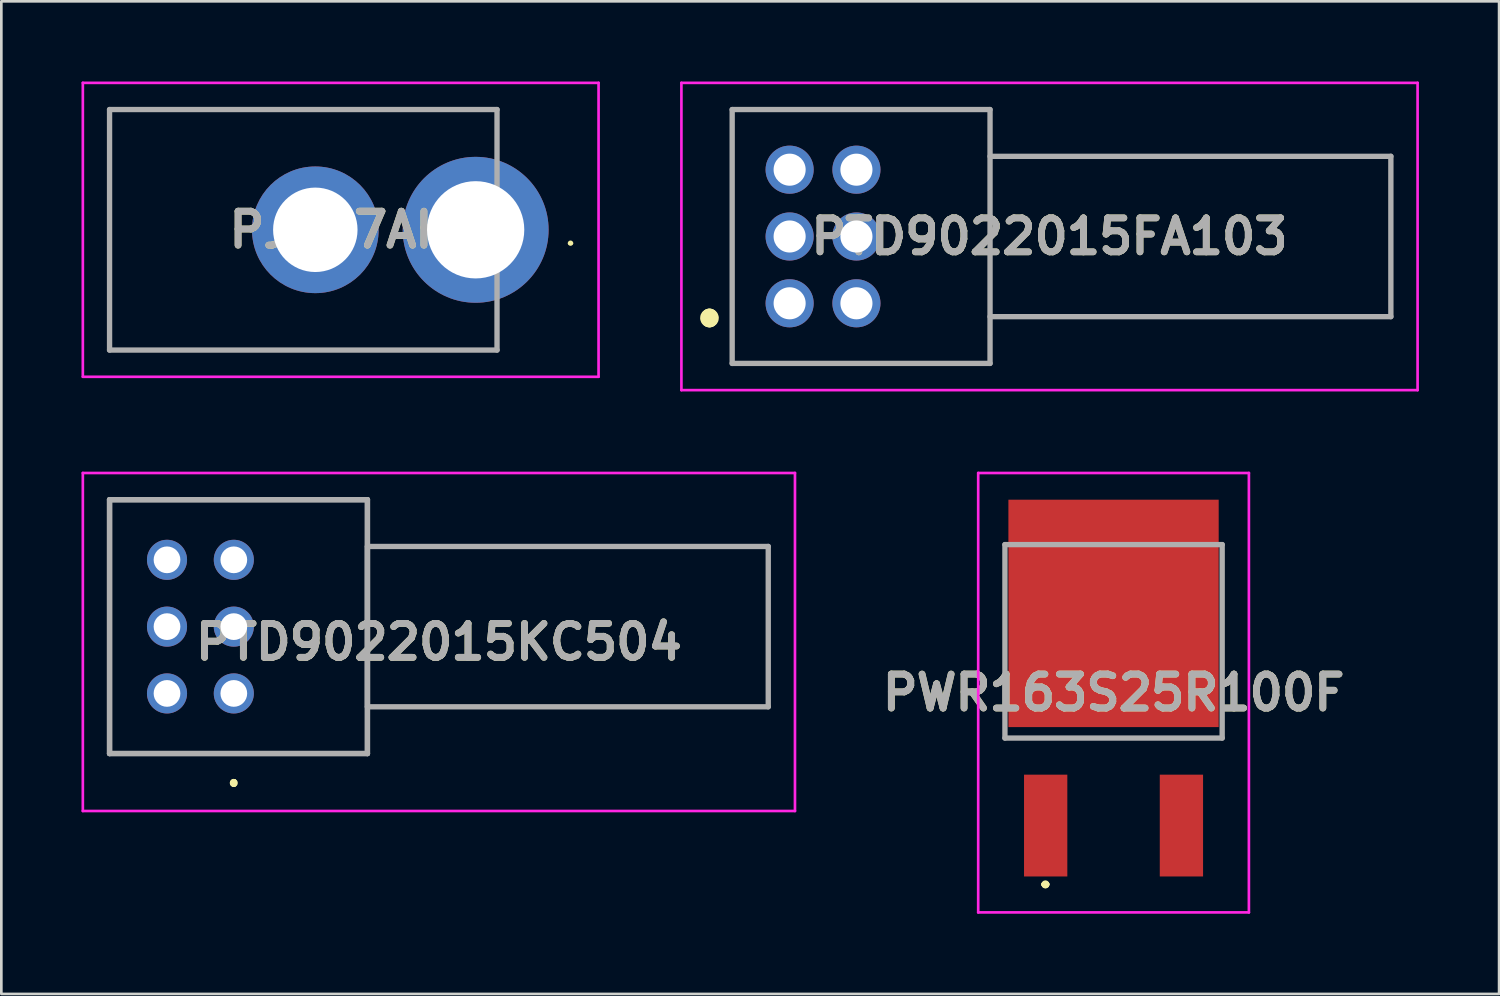
<source format=kicad_pcb>
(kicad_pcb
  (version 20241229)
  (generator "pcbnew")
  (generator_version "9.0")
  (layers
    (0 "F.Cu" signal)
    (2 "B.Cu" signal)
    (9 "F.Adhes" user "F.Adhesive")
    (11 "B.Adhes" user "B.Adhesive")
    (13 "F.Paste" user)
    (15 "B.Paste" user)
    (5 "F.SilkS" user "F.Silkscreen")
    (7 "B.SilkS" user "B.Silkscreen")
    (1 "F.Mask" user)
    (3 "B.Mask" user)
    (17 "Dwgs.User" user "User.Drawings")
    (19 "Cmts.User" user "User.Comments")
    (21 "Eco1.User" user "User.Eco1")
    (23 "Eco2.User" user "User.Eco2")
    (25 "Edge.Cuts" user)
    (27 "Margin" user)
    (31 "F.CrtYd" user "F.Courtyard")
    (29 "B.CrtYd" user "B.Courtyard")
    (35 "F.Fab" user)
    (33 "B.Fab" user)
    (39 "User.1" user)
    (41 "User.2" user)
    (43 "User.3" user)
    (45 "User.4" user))
  (footprint "PTD9022015KC504"
    (layer "F.Cu")
    (at 5.7 22.9)
    (property "Reference" "PTD9022015KC504" (at 7.675 -1.925 0) (layer "F.SilkS") (effects (font (size 1.27 1.27) (thickness 0.254))))
    (attr through_hole)
    (fp_line (start -4.65 -7.25) (end 5 -7.25) (stroke (width 0.1) (type solid)) (layer "F.SilkS"))
    (fp_line (start -4.65 2.25) (end -4.65 -7.25) (stroke (width 0.1) (type solid)) (layer "F.SilkS"))
    (fp_line (start 0 3.3) (end 0 3.3) (stroke (width 0.2) (type solid)) (layer "F.SilkS"))
    (fp_line (start 0 3.3) (end 0 3.3) (stroke (width 0.2) (type solid)) (layer "F.SilkS"))
    (fp_line (start 0 3.4) (end 0 3.4) (stroke (width 0.2) (type solid)) (layer "F.SilkS"))
    (fp_line (start 5 -7.25) (end 5 2.25) (stroke (width 0.1) (type solid)) (layer "F.SilkS"))
    (fp_line (start 5 -5.5) (end 20 -5.5) (stroke (width 0.1) (type solid)) (layer "F.SilkS"))
    (fp_line (start 5 0.5) (end 5 -5.5) (stroke (width 0.1) (type solid)) (layer "F.SilkS"))
    (fp_line (start 5 2.25) (end -4.65 2.25) (stroke (width 0.1) (type solid)) (layer "F.SilkS"))
    (fp_line (start 20 -5.5) (end 20 0.5) (stroke (width 0.1) (type solid)) (layer "F.SilkS"))
    (fp_line (start 20 0.5) (end 5 0.5) (stroke (width 0.1) (type solid)) (layer "F.SilkS"))
    (fp_arc (start 0 3.3) (mid 0.05 3.35) (end 0 3.4) (stroke (width 0.2) (type solid)) (layer "F.SilkS"))
    (fp_arc (start 0 3.4) (mid -0.05 3.35) (end 0 3.3) (stroke (width 0.2) (type solid)) (layer "F.SilkS"))
    (fp_arc (start 0 3.4) (mid -0.05 3.35) (end 0 3.3) (stroke (width 0.2) (type solid)) (layer "F.SilkS"))
    (fp_line (start -5.65 -8.25) (end 21 -8.25) (stroke (width 0.1) (type solid)) (layer "F.CrtYd"))
    (fp_line (start -5.65 4.4) (end -5.65 -8.25) (stroke (width 0.1) (type solid)) (layer "F.CrtYd"))
    (fp_line (start 21 -8.25) (end 21 4.4) (stroke (width 0.1) (type solid)) (layer "F.CrtYd"))
    (fp_line (start 21 4.4) (end -5.65 4.4) (stroke (width 0.1) (type solid)) (layer "F.CrtYd"))
    (fp_line (start -4.65 -7.25) (end -4.65 2.25) (stroke (width 0.2) (type solid)) (layer "F.Fab"))
    (fp_line (start -4.65 -7.25) (end 5 -7.25) (stroke (width 0.2) (type solid)) (layer "F.Fab"))
    (fp_line (start -4.65 2.25) (end -4.65 -7.25) (stroke (width 0.2) (type solid)) (layer "F.Fab"))
    (fp_line (start -4.65 2.25) (end 5 2.25) (stroke (width 0.2) (type solid)) (layer "F.Fab"))
    (fp_line (start 5 -7.25) (end -4.65 -7.25) (stroke (width 0.2) (type solid)) (layer "F.Fab"))
    (fp_line (start 5 -7.25) (end 5 2.25) (stroke (width 0.2) (type solid)) (layer "F.Fab"))
    (fp_line (start 5 -5.5) (end 20 -5.5) (stroke (width 0.2) (type solid)) (layer "F.Fab"))
    (fp_line (start 5 0.5) (end 5 -5.5) (stroke (width 0.2) (type solid)) (layer "F.Fab"))
    (fp_line (start 5 2.25) (end -4.65 2.25) (stroke (width 0.2) (type solid)) (layer "F.Fab"))
    (fp_line (start 5 2.25) (end 5 -7.25) (stroke (width 0.2) (type solid)) (layer "F.Fab"))
    (fp_line (start 20 -5.5) (end 20 0.5) (stroke (width 0.2) (type solid)) (layer "F.Fab"))
    (fp_line (start 20 0.5) (end 5 0.5) (stroke (width 0.2) (type solid)) (layer "F.Fab"))
    (fp_text user "${REFERENCE}" (at 7.675 -1.925 0) (layer "F.Fab") (effects (font (size 1.27 1.27) (thickness 0.254))))
    (pad "R11" thru_hole circle (at 0 0) (size 1.5 1.5) (drill 1) (layers "*.Cu" "*.Mask"))
    (pad "R12" thru_hole circle (at 0 -2.5) (size 1.5 1.5) (drill 1) (layers "*.Cu" "*.Mask"))
    (pad "R13" thru_hole circle (at 0 -5) (size 1.5 1.5) (drill 1) (layers "*.Cu" "*.Mask"))
    (pad "R21" thru_hole circle (at -2.5 0) (size 1.5 1.5) (drill 1) (layers "*.Cu" "*.Mask"))
    (pad "R22" thru_hole circle (at -2.5 -2.5) (size 1.5 1.5) (drill 1) (layers "*.Cu" "*.Mask"))
    (pad "R23" thru_hole circle (at -2.5 -5) (size 1.5 1.5) (drill 1) (layers "*.Cu" "*.Mask")))
  (footprint "PJ037AH"
    (layer "F.Cu")
    (at 14.75 5.55)
    (property "Reference" "PJ037AH" (at -5.05 0 0) (layer "F.SilkS") (effects (font (size 1.27 1.27) (thickness 0.254))))
    (attr through_hole)
    (fp_line (start -13.7 -4.5) (end 0 -4.5) (stroke (width 0.1) (type solid)) (layer "F.SilkS"))
    (fp_line (start -13.7 4.5) (end -13.7 -4.5) (stroke (width 0.1) (type solid)) (layer "F.SilkS"))
    (fp_line (start 0 4.5) (end -13.7 4.5) (stroke (width 0.1) (type solid)) (layer "F.SilkS"))
    (fp_line (start 3.5 0.5) (end 3.5 0.5) (stroke (width 0.1) (type solid)) (layer "F.SilkS"))
    (fp_line (start 3.6 0.5) (end 3.6 0.5) (stroke (width 0.1) (type solid)) (layer "F.SilkS"))
    (fp_arc (start 3.5 0.5) (mid 3.55 0.45) (end 3.6 0.5) (stroke (width 0.1) (type solid)) (layer "F.SilkS"))
    (fp_arc (start 3.6 0.5) (mid 3.55 0.55) (end 3.5 0.5) (stroke (width 0.1) (type solid)) (layer "F.SilkS"))
    (fp_line (start -14.7 -5.5) (end 4.6 -5.5) (stroke (width 0.1) (type solid)) (layer "F.CrtYd"))
    (fp_line (start -14.7 5.5) (end -14.7 -5.5) (stroke (width 0.1) (type solid)) (layer "F.CrtYd"))
    (fp_line (start 4.6 -5.5) (end 4.6 5.5) (stroke (width 0.1) (type solid)) (layer "F.CrtYd"))
    (fp_line (start 4.6 5.5) (end -14.7 5.5) (stroke (width 0.1) (type solid)) (layer "F.CrtYd"))
    (fp_line (start -13.7 -4.5) (end 0.8 -4.5) (stroke (width 0.2) (type solid)) (layer "F.Fab"))
    (fp_line (start -13.7 4.5) (end -13.7 -4.5) (stroke (width 0.2) (type solid)) (layer "F.Fab"))
    (fp_line (start 0.8 -4.5) (end 0.8 4.5) (stroke (width 0.2) (type solid)) (layer "F.Fab"))
    (fp_line (start 0.8 4.5) (end -13.7 4.5) (stroke (width 0.2) (type solid)) (layer "F.Fab"))
    (fp_text user "${REFERENCE}" (at -5.05 0 0) (layer "F.Fab") (effects (font (size 1.27 1.27) (thickness 0.254))))
    (pad "1" thru_hole circle (at 0 0) (size 5.46 5.46) (drill 3.64) (layers "*.Cu" "*.Mask"))
    (pad "2" thru_hole circle (at -6 0) (size 4.74 4.74) (drill 3.16) (layers "*.Cu" "*.Mask")))
  (footprint "PWR163S25R100F"
    (layer "F.Cu")
    (at 38.622 20.95)
    (property "Reference" "PWR163S25R100F" (at 0 1.922 0) (layer "F.SilkS") (effects (font (size 1.27 1.27) (thickness 0.254))))
    (attr smd)
    (fp_line (start -2.6 9.095) (end -2.6 9.095) (stroke (width 0.2) (type solid)) (layer "F.SilkS"))
    (fp_line (start -2.6 9.095) (end -2.6 9.095) (stroke (width 0.2) (type solid)) (layer "F.SilkS"))
    (fp_line (start -2.5 9.095) (end -2.5 9.095) (stroke (width 0.2) (type solid)) (layer "F.SilkS"))
    (fp_arc (start -2.6 9.095) (mid -2.55 9.045) (end -2.5 9.095) (stroke (width 0.2) (type solid)) (layer "F.SilkS"))
    (fp_arc (start -2.5 9.095) (mid -2.55 9.145) (end -2.6 9.095) (stroke (width 0.2) (type solid)) (layer "F.SilkS"))
    (fp_arc (start -2.5 9.095) (mid -2.55 9.145) (end -2.6 9.095) (stroke (width 0.2) (type solid)) (layer "F.SilkS"))
    (fp_line (start -5.065 -6.3) (end 5.065 -6.3) (stroke (width 0.1) (type solid)) (layer "F.CrtYd"))
    (fp_line (start -5.065 10.145) (end -5.065 -6.3) (stroke (width 0.1) (type solid)) (layer "F.CrtYd"))
    (fp_line (start 5.065 -6.3) (end 5.065 10.145) (stroke (width 0.1) (type solid)) (layer "F.CrtYd"))
    (fp_line (start 5.065 10.145) (end -5.065 10.145) (stroke (width 0.1) (type solid)) (layer "F.CrtYd"))
    (fp_line (start -4.065 -3.62) (end -4.065 3.62) (stroke (width 0.2) (type solid)) (layer "F.Fab"))
    (fp_line (start -4.065 3.62) (end 4.065 3.62) (stroke (width 0.2) (type solid)) (layer "F.Fab"))
    (fp_line (start 4.065 -3.62) (end -4.065 -3.62) (stroke (width 0.2) (type solid)) (layer "F.Fab"))
    (fp_line (start 4.065 3.62) (end 4.065 -3.62) (stroke (width 0.2) (type solid)) (layer "F.Fab"))
    (fp_text user "${REFERENCE}" (at 0 1.922 0) (layer "F.Fab") (effects (font (size 1.27 1.27) (thickness 0.254))))
    (pad "1" smd rect (at -2.54 6.895) (size 1.62 3.81) (layers "F.Cu" "F.Mask" "F.Paste"))
    (pad "2" smd rect (at 0 -1.045) (size 7.87 8.51) (layers "F.Cu" "F.Mask" "F.Paste"))
    (pad "3" smd rect (at 2.54 6.895) (size 1.62 3.81) (layers "F.Cu" "F.Mask" "F.Paste")))
  (footprint "PTD9022015FA103"
    (layer "F.Cu")
    (at 26.5 8.3)
    (property "Reference" "PTD9022015FA103" (at 9.725 -2.5 0) (layer "F.SilkS") (effects (font (size 1.27 1.27) (thickness 0.254))))
    (attr through_hole)
    (fp_line (start -3 0.5) (end -3 0.5) (stroke (width 0.6) (type solid)) (layer "F.SilkS"))
    (fp_line (start -3 0.6) (end -3 0.6) (stroke (width 0.6) (type solid)) (layer "F.SilkS"))
    (fp_line (start -2.15 -7.25) (end 7.5 -7.25) (stroke (width 0.1) (type solid)) (layer "F.SilkS"))
    (fp_line (start -2.15 2.25) (end -2.15 -7.25) (stroke (width 0.1) (type solid)) (layer "F.SilkS"))
    (fp_line (start 7.5 -7.25) (end 7.5 2.25) (stroke (width 0.1) (type solid)) (layer "F.SilkS"))
    (fp_line (start 7.5 -5.5) (end 22.5 -5.5) (stroke (width 0.1) (type solid)) (layer "F.SilkS"))
    (fp_line (start 7.5 2.25) (end -2.15 2.25) (stroke (width 0.1) (type solid)) (layer "F.SilkS"))
    (fp_line (start 22.5 -5.5) (end 22.5 0.5) (stroke (width 0.1) (type solid)) (layer "F.SilkS"))
    (fp_line (start 22.5 0.5) (end 7.5 0.5) (stroke (width 0.1) (type solid)) (layer "F.SilkS"))
    (fp_arc (start -3 0.5) (mid -2.95 0.55) (end -3 0.6) (stroke (width 0.6) (type solid)) (layer "F.SilkS"))
    (fp_arc (start -3 0.6) (mid -3.05 0.55) (end -3 0.5) (stroke (width 0.6) (type solid)) (layer "F.SilkS"))
    (fp_line (start -4.05 -8.25) (end 23.5 -8.25) (stroke (width 0.1) (type solid)) (layer "F.CrtYd"))
    (fp_line (start -4.05 3.25) (end -4.05 -8.25) (stroke (width 0.1) (type solid)) (layer "F.CrtYd"))
    (fp_line (start 23.5 -8.25) (end 23.5 3.25) (stroke (width 0.1) (type solid)) (layer "F.CrtYd"))
    (fp_line (start 23.5 3.25) (end -4.05 3.25) (stroke (width 0.1) (type solid)) (layer "F.CrtYd"))
    (fp_line (start -2.15 -7.25) (end 7.5 -7.25) (stroke (width 0.2) (type solid)) (layer "F.Fab"))
    (fp_line (start -2.15 2.25) (end -2.15 -7.25) (stroke (width 0.2) (type solid)) (layer "F.Fab"))
    (fp_line (start 7.5 -7.25) (end 7.5 2.25) (stroke (width 0.2) (type solid)) (layer "F.Fab"))
    (fp_line (start 7.5 -5.5) (end 22.5 -5.5) (stroke (width 0.2) (type solid)) (layer "F.Fab"))
    (fp_line (start 7.5 2.25) (end -2.15 2.25) (stroke (width 0.2) (type solid)) (layer "F.Fab"))
    (fp_line (start 22.5 -5.5) (end 22.5 0.5) (stroke (width 0.2) (type solid)) (layer "F.Fab"))
    (fp_line (start 22.5 0.5) (end 7.5 0.5) (stroke (width 0.2) (type solid)) (layer "F.Fab"))
    (fp_text user "${REFERENCE}" (at 9.725 -2.5 0) (layer "F.Fab") (effects (font (size 1.27 1.27) (thickness 0.254))))
    (pad "1" thru_hole circle (at 0 0) (size 1.8 1.8) (drill 1.2) (layers "*.Cu" "*.Mask"))
    (pad "2" thru_hole circle (at 0 -2.5) (size 1.8 1.8) (drill 1.2) (layers "*.Cu" "*.Mask"))
    (pad "3" thru_hole circle (at 0 -5) (size 1.8 1.8) (drill 1.2) (layers "*.Cu" "*.Mask"))
    (pad "4" thru_hole circle (at 2.5 0) (size 1.8 1.8) (drill 1.2) (layers "*.Cu" "*.Mask"))
    (pad "5" thru_hole circle (at 2.5 -2.5) (size 1.8 1.8) (drill 1.2) (layers "*.Cu" "*.Mask"))
    (pad "6" thru_hole circle (at 2.5 -5) (size 1.8 1.8) (drill 1.2) (layers "*.Cu" "*.Mask")))
  (gr_rect
    (start -3 -3)
    (end 53.05 34.145)
    (stroke (width 0.1) (type default))
    (fill no)
    (layer "Edge.Cuts")))
</source>
